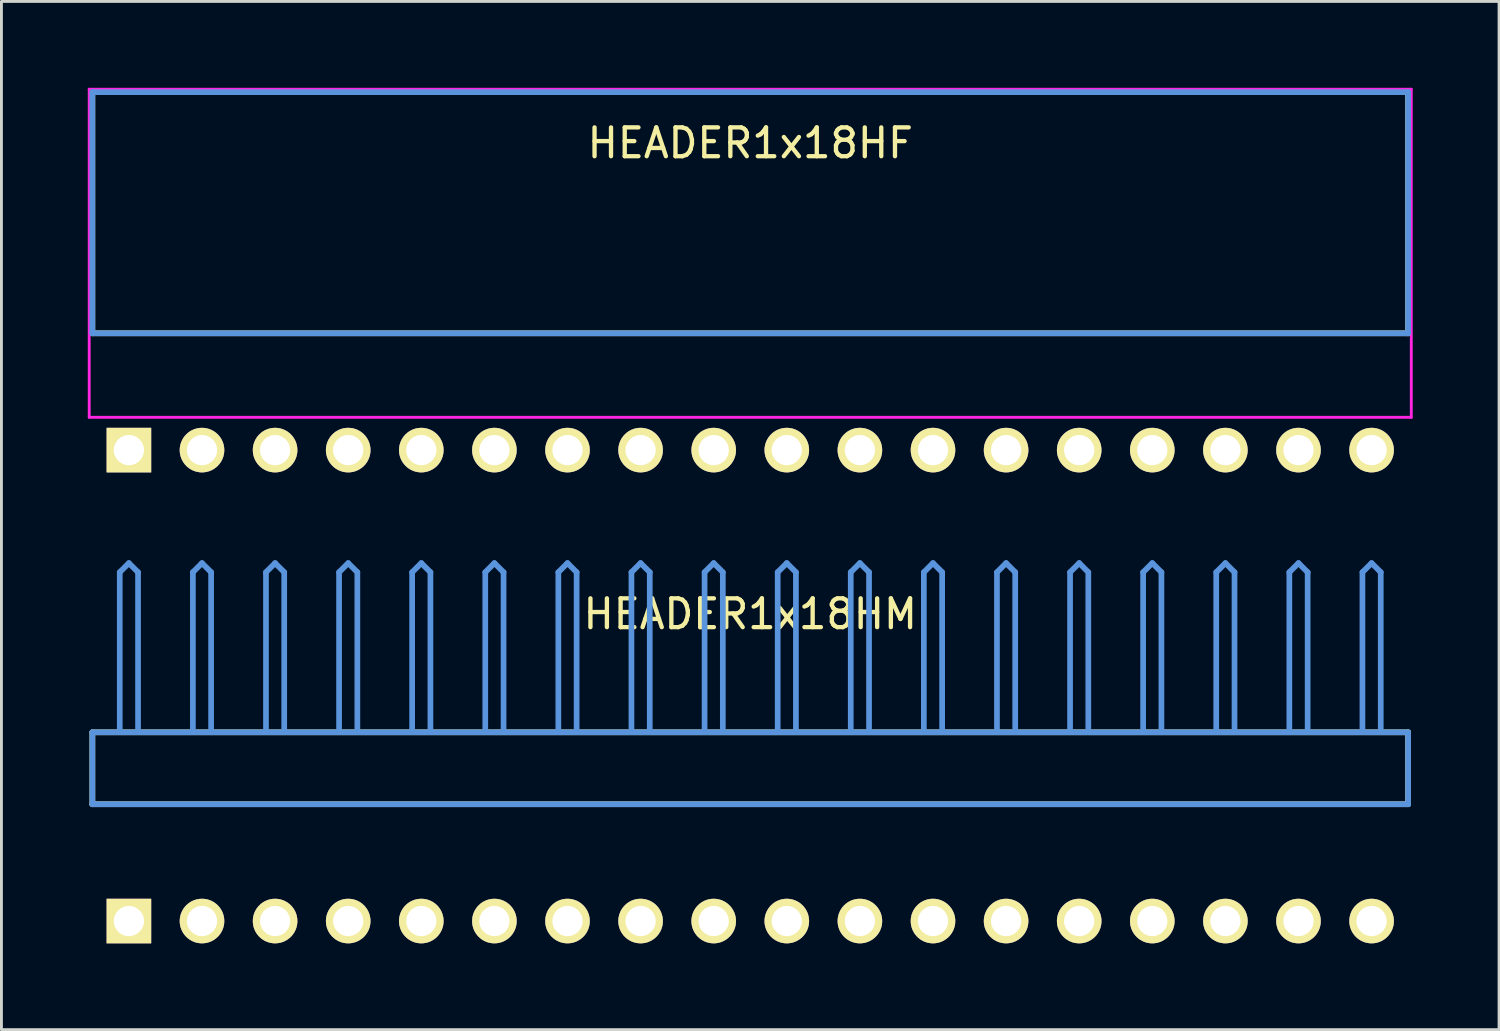
<source format=kicad_pcb>
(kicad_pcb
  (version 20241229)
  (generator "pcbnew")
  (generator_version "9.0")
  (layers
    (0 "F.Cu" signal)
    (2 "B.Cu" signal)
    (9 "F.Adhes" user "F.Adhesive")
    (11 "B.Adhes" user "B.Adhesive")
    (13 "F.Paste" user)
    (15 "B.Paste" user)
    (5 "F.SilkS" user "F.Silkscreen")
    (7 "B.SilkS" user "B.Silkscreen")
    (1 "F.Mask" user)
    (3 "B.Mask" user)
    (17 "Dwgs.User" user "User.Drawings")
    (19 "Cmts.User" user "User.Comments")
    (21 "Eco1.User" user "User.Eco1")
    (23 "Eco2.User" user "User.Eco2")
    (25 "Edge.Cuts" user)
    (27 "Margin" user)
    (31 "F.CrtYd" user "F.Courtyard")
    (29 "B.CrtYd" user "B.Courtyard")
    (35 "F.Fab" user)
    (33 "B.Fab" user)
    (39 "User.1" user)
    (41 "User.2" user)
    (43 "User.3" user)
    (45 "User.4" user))
  (footprint "HEADER1x18HM"
    (layer "F.Cu")
    (at 1.429 28.954)
    (property "Reference" "HEADER1x18HM" (at 21.59 -10.668 0) (layer "F.SilkS") (effects (font (size 1.001 1.001) (thickness 0.15))))
    (attr through_hole)
    (fp_line (start -1.27 -6.558) (end -1.27 -4.059) (stroke (width 0.198) (type solid)) (layer "F.SilkS"))
    (fp_line (start -1.27 -4.059) (end 44.45 -4.059) (stroke (width 0.198) (type solid)) (layer "F.SilkS"))
    (fp_line (start 44.45 -6.558) (end -1.27 -6.558) (stroke (width 0.198) (type solid)) (layer "F.SilkS"))
    (fp_line (start 44.45 -4.059) (end 44.45 -6.558) (stroke (width 0.198) (type solid)) (layer "F.SilkS"))
    (fp_line (start -1.27 -6.558) (end -1.27 -4.059) (stroke (width 0.198) (type solid)) (layer "Cmts.User"))
    (fp_line (start -1.27 -4.059) (end 44.45 -4.059) (stroke (width 0.198) (type solid)) (layer "Cmts.User"))
    (fp_line (start -0.318 -12.121) (end 0 -12.438) (stroke (width 0.198) (type solid)) (layer "Cmts.User"))
    (fp_line (start -0.318 -6.599) (end -0.318 -12.121) (stroke (width 0.198) (type solid)) (layer "Cmts.User"))
    (fp_line (start 0.318 -12.121) (end 0 -12.438) (stroke (width 0.198) (type solid)) (layer "Cmts.User"))
    (fp_line (start 0.318 -6.599) (end 0.318 -12.121) (stroke (width 0.198) (type solid)) (layer "Cmts.User"))
    (fp_line (start 2.223 -12.121) (end 2.54 -12.438) (stroke (width 0.198) (type solid)) (layer "Cmts.User"))
    (fp_line (start 2.223 -6.599) (end 2.223 -12.121) (stroke (width 0.198) (type solid)) (layer "Cmts.User"))
    (fp_line (start 2.857 -12.121) (end 2.54 -12.438) (stroke (width 0.198) (type solid)) (layer "Cmts.User"))
    (fp_line (start 2.857 -6.599) (end 2.857 -12.121) (stroke (width 0.198) (type solid)) (layer "Cmts.User"))
    (fp_line (start 4.763 -12.121) (end 5.08 -12.438) (stroke (width 0.198) (type solid)) (layer "Cmts.User"))
    (fp_line (start 4.763 -6.599) (end 4.763 -12.121) (stroke (width 0.198) (type solid)) (layer "Cmts.User"))
    (fp_line (start 5.397 -12.121) (end 5.08 -12.438) (stroke (width 0.198) (type solid)) (layer "Cmts.User"))
    (fp_line (start 5.397 -6.599) (end 5.397 -12.121) (stroke (width 0.198) (type solid)) (layer "Cmts.User"))
    (fp_line (start 7.303 -12.121) (end 7.62 -12.438) (stroke (width 0.198) (type solid)) (layer "Cmts.User"))
    (fp_line (start 7.303 -6.599) (end 7.303 -12.121) (stroke (width 0.198) (type solid)) (layer "Cmts.User"))
    (fp_line (start 7.938 -12.121) (end 7.62 -12.438) (stroke (width 0.198) (type solid)) (layer "Cmts.User"))
    (fp_line (start 7.938 -6.599) (end 7.938 -12.121) (stroke (width 0.198) (type solid)) (layer "Cmts.User"))
    (fp_line (start 9.842 -12.121) (end 10.16 -12.438) (stroke (width 0.198) (type solid)) (layer "Cmts.User"))
    (fp_line (start 9.842 -6.599) (end 9.842 -12.121) (stroke (width 0.198) (type solid)) (layer "Cmts.User"))
    (fp_line (start 10.477 -12.121) (end 10.16 -12.438) (stroke (width 0.198) (type solid)) (layer "Cmts.User"))
    (fp_line (start 10.477 -6.599) (end 10.477 -12.121) (stroke (width 0.198) (type solid)) (layer "Cmts.User"))
    (fp_line (start 12.383 -12.121) (end 12.7 -12.438) (stroke (width 0.198) (type solid)) (layer "Cmts.User"))
    (fp_line (start 12.383 -6.599) (end 12.383 -12.121) (stroke (width 0.198) (type solid)) (layer "Cmts.User"))
    (fp_line (start 13.018 -12.121) (end 12.7 -12.438) (stroke (width 0.198) (type solid)) (layer "Cmts.User"))
    (fp_line (start 13.018 -6.599) (end 13.018 -12.121) (stroke (width 0.198) (type solid)) (layer "Cmts.User"))
    (fp_line (start 14.922 -12.121) (end 15.24 -12.438) (stroke (width 0.198) (type solid)) (layer "Cmts.User"))
    (fp_line (start 14.922 -6.599) (end 14.922 -12.121) (stroke (width 0.198) (type solid)) (layer "Cmts.User"))
    (fp_line (start 15.557 -12.121) (end 15.24 -12.438) (stroke (width 0.198) (type solid)) (layer "Cmts.User"))
    (fp_line (start 15.557 -6.599) (end 15.557 -12.121) (stroke (width 0.198) (type solid)) (layer "Cmts.User"))
    (fp_line (start 17.462 -12.121) (end 17.78 -12.438) (stroke (width 0.198) (type solid)) (layer "Cmts.User"))
    (fp_line (start 17.462 -6.599) (end 17.462 -12.121) (stroke (width 0.198) (type solid)) (layer "Cmts.User"))
    (fp_line (start 18.098 -12.121) (end 17.78 -12.438) (stroke (width 0.198) (type solid)) (layer "Cmts.User"))
    (fp_line (start 18.098 -6.599) (end 18.098 -12.121) (stroke (width 0.198) (type solid)) (layer "Cmts.User"))
    (fp_line (start 20.003 -12.121) (end 20.32 -12.438) (stroke (width 0.198) (type solid)) (layer "Cmts.User"))
    (fp_line (start 20.003 -6.599) (end 20.003 -12.121) (stroke (width 0.198) (type solid)) (layer "Cmts.User"))
    (fp_line (start 20.637 -12.121) (end 20.32 -12.438) (stroke (width 0.198) (type solid)) (layer "Cmts.User"))
    (fp_line (start 20.637 -6.599) (end 20.637 -12.121) (stroke (width 0.198) (type solid)) (layer "Cmts.User"))
    (fp_line (start 22.543 -12.121) (end 22.86 -12.438) (stroke (width 0.198) (type solid)) (layer "Cmts.User"))
    (fp_line (start 22.543 -6.599) (end 22.543 -12.121) (stroke (width 0.198) (type solid)) (layer "Cmts.User"))
    (fp_line (start 23.177 -12.121) (end 22.86 -12.438) (stroke (width 0.198) (type solid)) (layer "Cmts.User"))
    (fp_line (start 23.177 -6.599) (end 23.177 -12.121) (stroke (width 0.198) (type solid)) (layer "Cmts.User"))
    (fp_line (start 25.082 -12.121) (end 25.4 -12.438) (stroke (width 0.198) (type solid)) (layer "Cmts.User"))
    (fp_line (start 25.082 -6.599) (end 25.082 -12.121) (stroke (width 0.198) (type solid)) (layer "Cmts.User"))
    (fp_line (start 25.718 -12.121) (end 25.4 -12.438) (stroke (width 0.198) (type solid)) (layer "Cmts.User"))
    (fp_line (start 25.718 -6.599) (end 25.718 -12.121) (stroke (width 0.198) (type solid)) (layer "Cmts.User"))
    (fp_line (start 27.622 -12.121) (end 27.94 -12.438) (stroke (width 0.198) (type solid)) (layer "Cmts.User"))
    (fp_line (start 27.622 -6.599) (end 27.622 -12.121) (stroke (width 0.198) (type solid)) (layer "Cmts.User"))
    (fp_line (start 28.258 -12.121) (end 27.94 -12.438) (stroke (width 0.198) (type solid)) (layer "Cmts.User"))
    (fp_line (start 28.258 -6.599) (end 28.258 -12.121) (stroke (width 0.198) (type solid)) (layer "Cmts.User"))
    (fp_line (start 30.163 -12.121) (end 30.48 -12.438) (stroke (width 0.198) (type solid)) (layer "Cmts.User"))
    (fp_line (start 30.163 -6.599) (end 30.163 -12.121) (stroke (width 0.198) (type solid)) (layer "Cmts.User"))
    (fp_line (start 30.797 -12.121) (end 30.48 -12.438) (stroke (width 0.198) (type solid)) (layer "Cmts.User"))
    (fp_line (start 30.797 -6.599) (end 30.797 -12.121) (stroke (width 0.198) (type solid)) (layer "Cmts.User"))
    (fp_line (start 32.703 -12.121) (end 33.02 -12.438) (stroke (width 0.198) (type solid)) (layer "Cmts.User"))
    (fp_line (start 32.703 -6.599) (end 32.703 -12.121) (stroke (width 0.198) (type solid)) (layer "Cmts.User"))
    (fp_line (start 33.337 -12.121) (end 33.02 -12.438) (stroke (width 0.198) (type solid)) (layer "Cmts.User"))
    (fp_line (start 33.337 -6.599) (end 33.337 -12.121) (stroke (width 0.198) (type solid)) (layer "Cmts.User"))
    (fp_line (start 35.242 -12.121) (end 35.56 -12.438) (stroke (width 0.198) (type solid)) (layer "Cmts.User"))
    (fp_line (start 35.242 -6.599) (end 35.242 -12.121) (stroke (width 0.198) (type solid)) (layer "Cmts.User"))
    (fp_line (start 35.877 -12.121) (end 35.56 -12.438) (stroke (width 0.198) (type solid)) (layer "Cmts.User"))
    (fp_line (start 35.877 -6.599) (end 35.877 -12.121) (stroke (width 0.198) (type solid)) (layer "Cmts.User"))
    (fp_line (start 37.782 -12.121) (end 38.1 -12.438) (stroke (width 0.198) (type solid)) (layer "Cmts.User"))
    (fp_line (start 37.782 -6.599) (end 37.782 -12.121) (stroke (width 0.198) (type solid)) (layer "Cmts.User"))
    (fp_line (start 38.417 -12.121) (end 38.1 -12.438) (stroke (width 0.198) (type solid)) (layer "Cmts.User"))
    (fp_line (start 38.417 -6.599) (end 38.417 -12.121) (stroke (width 0.198) (type solid)) (layer "Cmts.User"))
    (fp_line (start 40.322 -12.121) (end 40.64 -12.438) (stroke (width 0.198) (type solid)) (layer "Cmts.User"))
    (fp_line (start 40.322 -6.599) (end 40.322 -12.121) (stroke (width 0.198) (type solid)) (layer "Cmts.User"))
    (fp_line (start 40.958 -12.121) (end 40.64 -12.438) (stroke (width 0.198) (type solid)) (layer "Cmts.User"))
    (fp_line (start 40.958 -6.599) (end 40.958 -12.121) (stroke (width 0.198) (type solid)) (layer "Cmts.User"))
    (fp_line (start 42.862 -12.121) (end 43.18 -12.438) (stroke (width 0.198) (type solid)) (layer "Cmts.User"))
    (fp_line (start 42.862 -6.599) (end 42.862 -12.121) (stroke (width 0.198) (type solid)) (layer "Cmts.User"))
    (fp_line (start 43.498 -12.121) (end 43.18 -12.438) (stroke (width 0.198) (type solid)) (layer "Cmts.User"))
    (fp_line (start 43.498 -6.599) (end 43.498 -12.121) (stroke (width 0.198) (type solid)) (layer "Cmts.User"))
    (fp_line (start 44.45 -6.558) (end -1.27 -6.558) (stroke (width 0.198) (type solid)) (layer "Cmts.User"))
    (fp_line (start 44.45 -4.059) (end 44.45 -6.558) (stroke (width 0.198) (type solid)) (layer "Cmts.User"))
    (fp_line (start -1.379 -12.54) (end 44.559 -12.54) (stroke (width 0.099) (type solid)) (layer "Eco1.User"))
    (fp_line (start -1.379 -1.14) (end -1.379 -12.54) (stroke (width 0.099) (type solid)) (layer "Eco1.User"))
    (fp_line (start 44.559 -12.54) (end 44.559 -1.14) (stroke (width 0.099) (type solid)) (layer "Eco1.User"))
    (fp_line (start 44.559 -1.14) (end -1.379 -1.14) (stroke (width 0.099) (type solid)) (layer "Eco1.User"))
    (pad "1" thru_hole rect (at 0 0) (size 1.549 1.549) (drill 1.049) (layers "*.Cu" "*.Mask" "F.SilkS"))
    (pad "2" thru_hole circle (at 2.54 0) (size 1.549 1.549) (drill 1.049) (layers "*.Cu" "*.Mask" "F.SilkS"))
    (pad "3" thru_hole circle (at 5.08 0) (size 1.549 1.549) (drill 1.049) (layers "*.Cu" "*.Mask" "F.SilkS"))
    (pad "4" thru_hole circle (at 7.62 0) (size 1.549 1.549) (drill 1.049) (layers "*.Cu" "*.Mask" "F.SilkS"))
    (pad "5" thru_hole circle (at 10.16 0) (size 1.549 1.549) (drill 1.049) (layers "*.Cu" "*.Mask" "F.SilkS"))
    (pad "6" thru_hole circle (at 12.7 0) (size 1.549 1.549) (drill 1.049) (layers "*.Cu" "*.Mask" "F.SilkS"))
    (pad "7" thru_hole circle (at 15.24 0) (size 1.549 1.549) (drill 1.049) (layers "*.Cu" "*.Mask" "F.SilkS"))
    (pad "8" thru_hole circle (at 17.78 0) (size 1.549 1.549) (drill 1.049) (layers "*.Cu" "*.Mask" "F.SilkS"))
    (pad "9" thru_hole circle (at 20.32 0) (size 1.549 1.549) (drill 1.049) (layers "*.Cu" "*.Mask" "F.SilkS"))
    (pad "10" thru_hole circle (at 22.86 0) (size 1.549 1.549) (drill 1.049) (layers "*.Cu" "*.Mask" "F.SilkS"))
    (pad "11" thru_hole circle (at 25.4 0) (size 1.549 1.549) (drill 1.049) (layers "*.Cu" "*.Mask" "F.SilkS"))
    (pad "12" thru_hole circle (at 27.94 0) (size 1.549 1.549) (drill 1.049) (layers "*.Cu" "*.Mask" "F.SilkS"))
    (pad "13" thru_hole circle (at 30.48 0) (size 1.549 1.549) (drill 1.049) (layers "*.Cu" "*.Mask" "F.SilkS"))
    (pad "14" thru_hole circle (at 33.02 0) (size 1.549 1.549) (drill 1.049) (layers "*.Cu" "*.Mask" "F.SilkS"))
    (pad "15" thru_hole circle (at 35.56 0) (size 1.549 1.549) (drill 1.049) (layers "*.Cu" "*.Mask" "F.SilkS"))
    (pad "16" thru_hole circle (at 38.1 0) (size 1.549 1.549) (drill 1.049) (layers "*.Cu" "*.Mask" "F.SilkS"))
    (pad "17" thru_hole circle (at 40.64 0) (size 1.549 1.549) (drill 1.049) (layers "*.Cu" "*.Mask" "F.SilkS"))
    (pad "18" thru_hole circle (at 43.18 0) (size 1.549 1.549) (drill 1.049) (layers "*.Cu" "*.Mask" "F.SilkS")))
  (footprint "HEADER1x18HF"
    (layer "F.Cu")
    (at 1.429 12.59)
    (property "Reference" "HEADER1x18HF" (at 21.59 -10.668 0) (layer "F.SilkS") (effects (font (size 1.001 1.001) (thickness 0.15))))
    (attr through_hole)
    (fp_line (start -1.27 -12.438) (end -1.27 -4.059) (stroke (width 0.198) (type solid)) (layer "F.SilkS"))
    (fp_line (start -1.27 -4.059) (end 44.45 -4.059) (stroke (width 0.198) (type solid)) (layer "F.SilkS"))
    (fp_line (start 44.45 -12.438) (end -1.27 -12.438) (stroke (width 0.198) (type solid)) (layer "F.SilkS"))
    (fp_line (start 44.45 -4.059) (end 44.45 -12.438) (stroke (width 0.198) (type solid)) (layer "F.SilkS"))
    (fp_line (start -1.27 -12.438) (end -1.27 -4.059) (stroke (width 0.198) (type solid)) (layer "Cmts.User"))
    (fp_line (start -1.27 -4.059) (end 44.45 -4.059) (stroke (width 0.198) (type solid)) (layer "Cmts.User"))
    (fp_line (start 44.45 -12.438) (end -1.27 -12.438) (stroke (width 0.198) (type solid)) (layer "Cmts.User"))
    (fp_line (start 44.45 -4.059) (end 44.45 -12.438) (stroke (width 0.198) (type solid)) (layer "Cmts.User"))
    (fp_line (start -1.379 -12.54) (end 44.559 -12.54) (stroke (width 0.099) (type solid)) (layer "F.CrtYd"))
    (fp_line (start -1.379 -1.14) (end -1.379 -12.54) (stroke (width 0.099) (type solid)) (layer "F.CrtYd"))
    (fp_line (start 44.559 -12.54) (end 44.559 -1.14) (stroke (width 0.099) (type solid)) (layer "F.CrtYd"))
    (fp_line (start 44.559 -1.14) (end -1.379 -1.14) (stroke (width 0.099) (type solid)) (layer "F.CrtYd"))
    (pad "1" thru_hole rect (at 0 0) (size 1.549 1.549) (drill 1.049) (layers "*.Cu" "*.Mask" "F.SilkS"))
    (pad "2" thru_hole circle (at 2.54 0) (size 1.549 1.549) (drill 1.049) (layers "*.Cu" "*.Mask" "F.SilkS"))
    (pad "3" thru_hole circle (at 5.08 0) (size 1.549 1.549) (drill 1.049) (layers "*.Cu" "*.Mask" "F.SilkS"))
    (pad "4" thru_hole circle (at 7.62 0) (size 1.549 1.549) (drill 1.049) (layers "*.Cu" "*.Mask" "F.SilkS"))
    (pad "5" thru_hole circle (at 10.16 0) (size 1.549 1.549) (drill 1.049) (layers "*.Cu" "*.Mask" "F.SilkS"))
    (pad "6" thru_hole circle (at 12.7 0) (size 1.549 1.549) (drill 1.049) (layers "*.Cu" "*.Mask" "F.SilkS"))
    (pad "7" thru_hole circle (at 15.24 0) (size 1.549 1.549) (drill 1.049) (layers "*.Cu" "*.Mask" "F.SilkS"))
    (pad "8" thru_hole circle (at 17.78 0) (size 1.549 1.549) (drill 1.049) (layers "*.Cu" "*.Mask" "F.SilkS"))
    (pad "9" thru_hole circle (at 20.32 0) (size 1.549 1.549) (drill 1.049) (layers "*.Cu" "*.Mask" "F.SilkS"))
    (pad "10" thru_hole circle (at 22.86 0) (size 1.549 1.549) (drill 1.049) (layers "*.Cu" "*.Mask" "F.SilkS"))
    (pad "11" thru_hole circle (at 25.4 0) (size 1.549 1.549) (drill 1.049) (layers "*.Cu" "*.Mask" "F.SilkS"))
    (pad "12" thru_hole circle (at 27.94 0) (size 1.549 1.549) (drill 1.049) (layers "*.Cu" "*.Mask" "F.SilkS"))
    (pad "13" thru_hole circle (at 30.48 0) (size 1.549 1.549) (drill 1.049) (layers "*.Cu" "*.Mask" "F.SilkS"))
    (pad "14" thru_hole circle (at 33.02 0) (size 1.549 1.549) (drill 1.049) (layers "*.Cu" "*.Mask" "F.SilkS"))
    (pad "15" thru_hole circle (at 35.56 0) (size 1.549 1.549) (drill 1.049) (layers "*.Cu" "*.Mask" "F.SilkS"))
    (pad "16" thru_hole circle (at 38.1 0) (size 1.549 1.549) (drill 1.049) (layers "*.Cu" "*.Mask" "F.SilkS"))
    (pad "17" thru_hole circle (at 40.64 0) (size 1.549 1.549) (drill 1.049) (layers "*.Cu" "*.Mask" "F.SilkS"))
    (pad "18" thru_hole circle (at 43.18 0) (size 1.549 1.549) (drill 1.049) (layers "*.Cu" "*.Mask" "F.SilkS")))
  (gr_rect
    (start -3 -3)
    (end 49.038 32.728)
    (stroke (width 0.1) (type default))
    (fill no)
    (layer "Edge.Cuts")))
</source>
